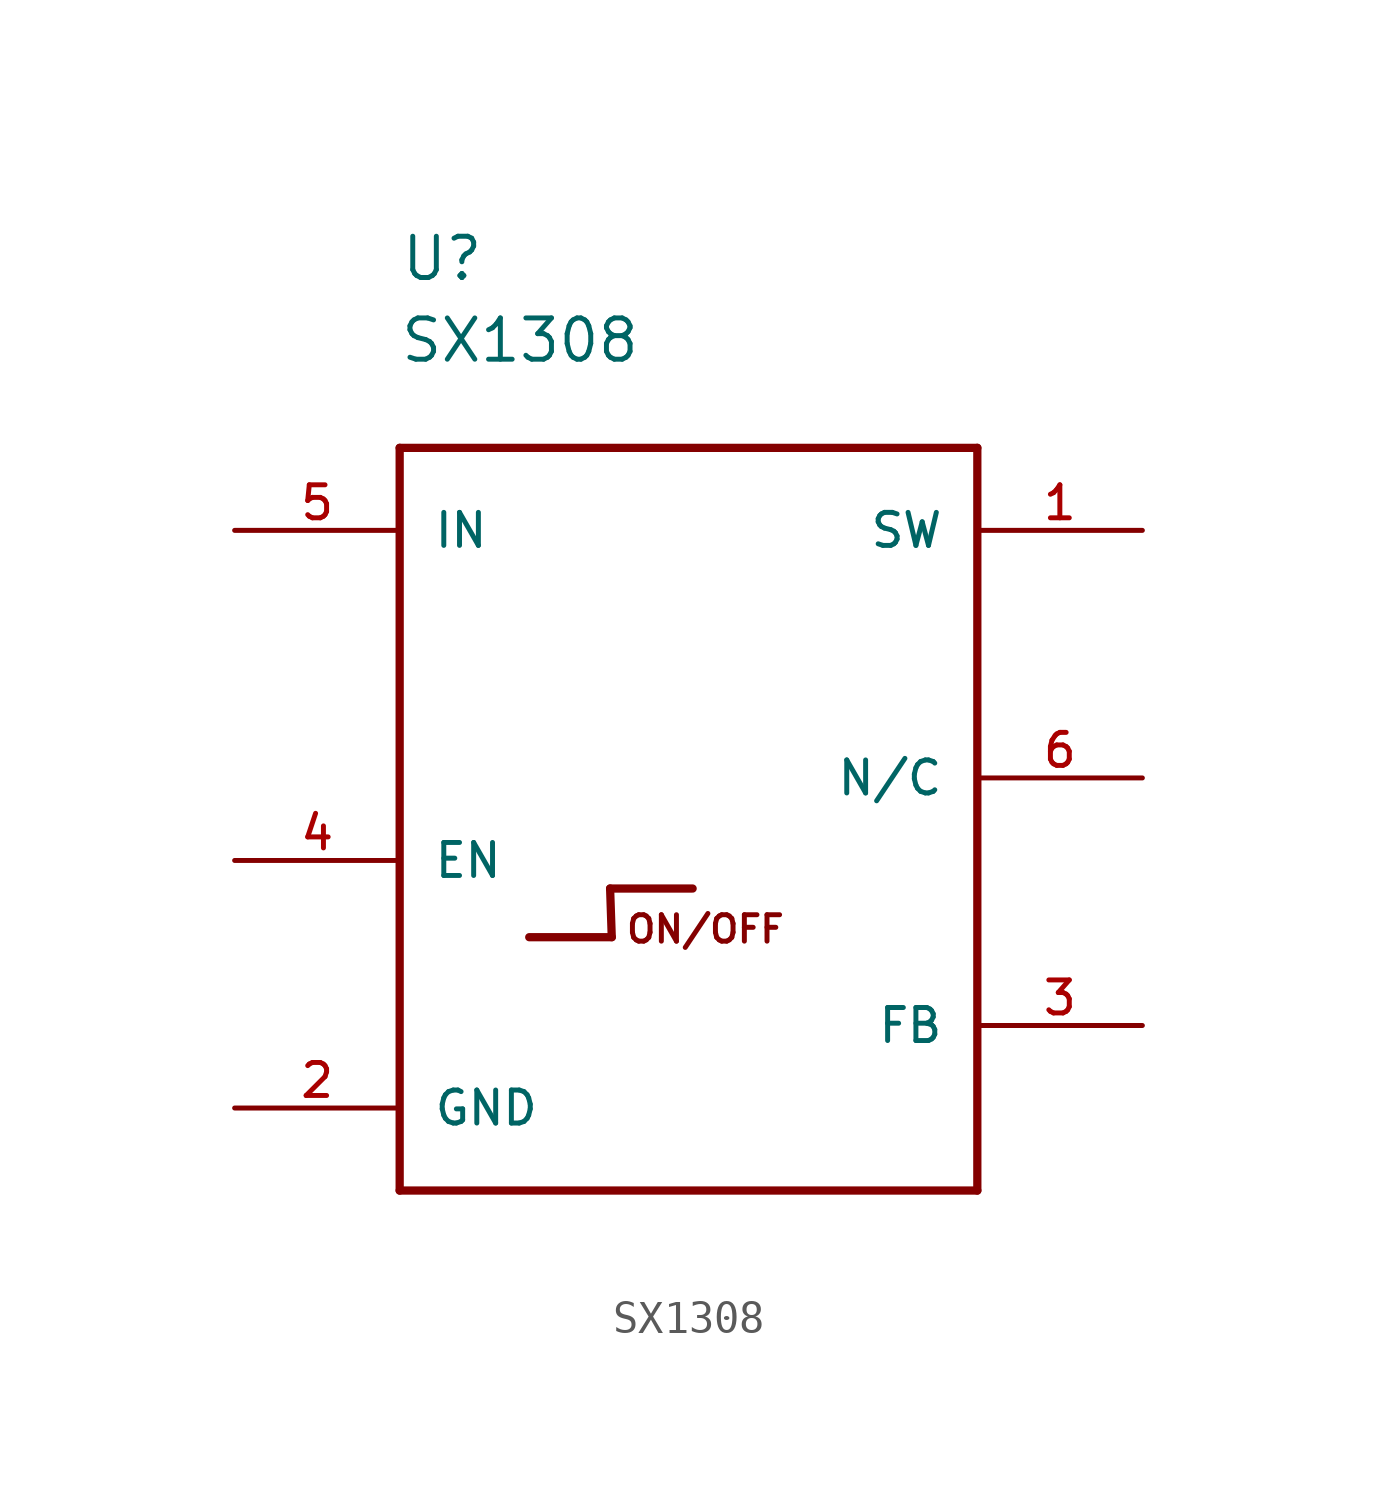
<source format=kicad_sym>
(kicad_symbol_lib
  (version 20220914)
  (generator kicad_symbol_editor)
  (symbol "SX1308"
    (pin_names
      (offset 1.016))
    (property "Reference" "U"
      (at -17.78 20.32 0)
      (effects (font (size 1.27 1.27)) (justify left bottom)))
    (property "Value" "SX1308"
      (at -17.805 17.805 0)
      (effects (font (size 1.27 1.27)) (justify left bottom)))
    (property "ki_locked" ""
      (at 0 0 0)
      (effects (font (size 1.27 1.27))))
    (symbol "SX1308_0_0"
      (polyline (pts (xy -17.78 -7.62) (xy -17.78 15.24)) (stroke (width 0.254) (type solid)) (fill (type none)))
      (polyline (pts (xy -17.78 15.24) (xy 0 15.24)) (stroke (width 0.254) (type solid)) (fill (type none)))
      (polyline (pts (xy -13.792 0.178) (xy -11.252 0.178)) (stroke (width 0.254) (type solid)) (fill (type none)))
      (polyline (pts (xy -11.303 1.676) (xy -8.763 1.676)) (stroke (width 0.254) (type solid)) (fill (type none)))
      (polyline (pts (xy -11.252 0.178) (xy -11.303 1.676)) (stroke (width 0.254) (type solid)) (fill (type none)))
      (polyline (pts (xy 0 -7.62) (xy -17.78 -7.62)) (stroke (width 0.254) (type solid)) (fill (type none)))
      (polyline (pts (xy 0 15.24) (xy 0 -7.62)) (stroke (width 0.254) (type solid)) (fill (type none)))
      (text "ON/OFF" (at -10.871 -0.051 0) (effects (font (size 0.813 0.813)) (justify left bottom)))
      (pin bidirectional line (at 5.08 12.7 180) (length 5.08) (name "SW" (effects (font (size 1.016 1.016)))) (number "1" (effects (font (size 1.016 1.016)))))
      (pin bidirectional line (at -22.86 -5.08 0) (length 5.08) (name "GND" (effects (font (size 1.016 1.016)))) (number "2" (effects (font (size 1.016 1.016)))))
      (pin bidirectional line (at 5.08 -2.54 180) (length 5.08) (name "FB" (effects (font (size 1.016 1.016)))) (number "3" (effects (font (size 1.016 1.016)))))
      (pin bidirectional line (at -22.86 2.54 0) (length 5.08) (name "EN" (effects (font (size 1.016 1.016)))) (number "4" (effects (font (size 1.016 1.016)))))
      (pin bidirectional line (at -22.86 12.7 0) (length 5.08) (name "IN" (effects (font (size 1.016 1.016)))) (number "5" (effects (font (size 1.016 1.016)))))
      (pin bidirectional line (at 5.08 5.08 180) (length 5.08) (name "N/C" (effects (font (size 1.016 1.016)))) (number "6" (effects (font (size 1.016 1.016))))))))
</source>
